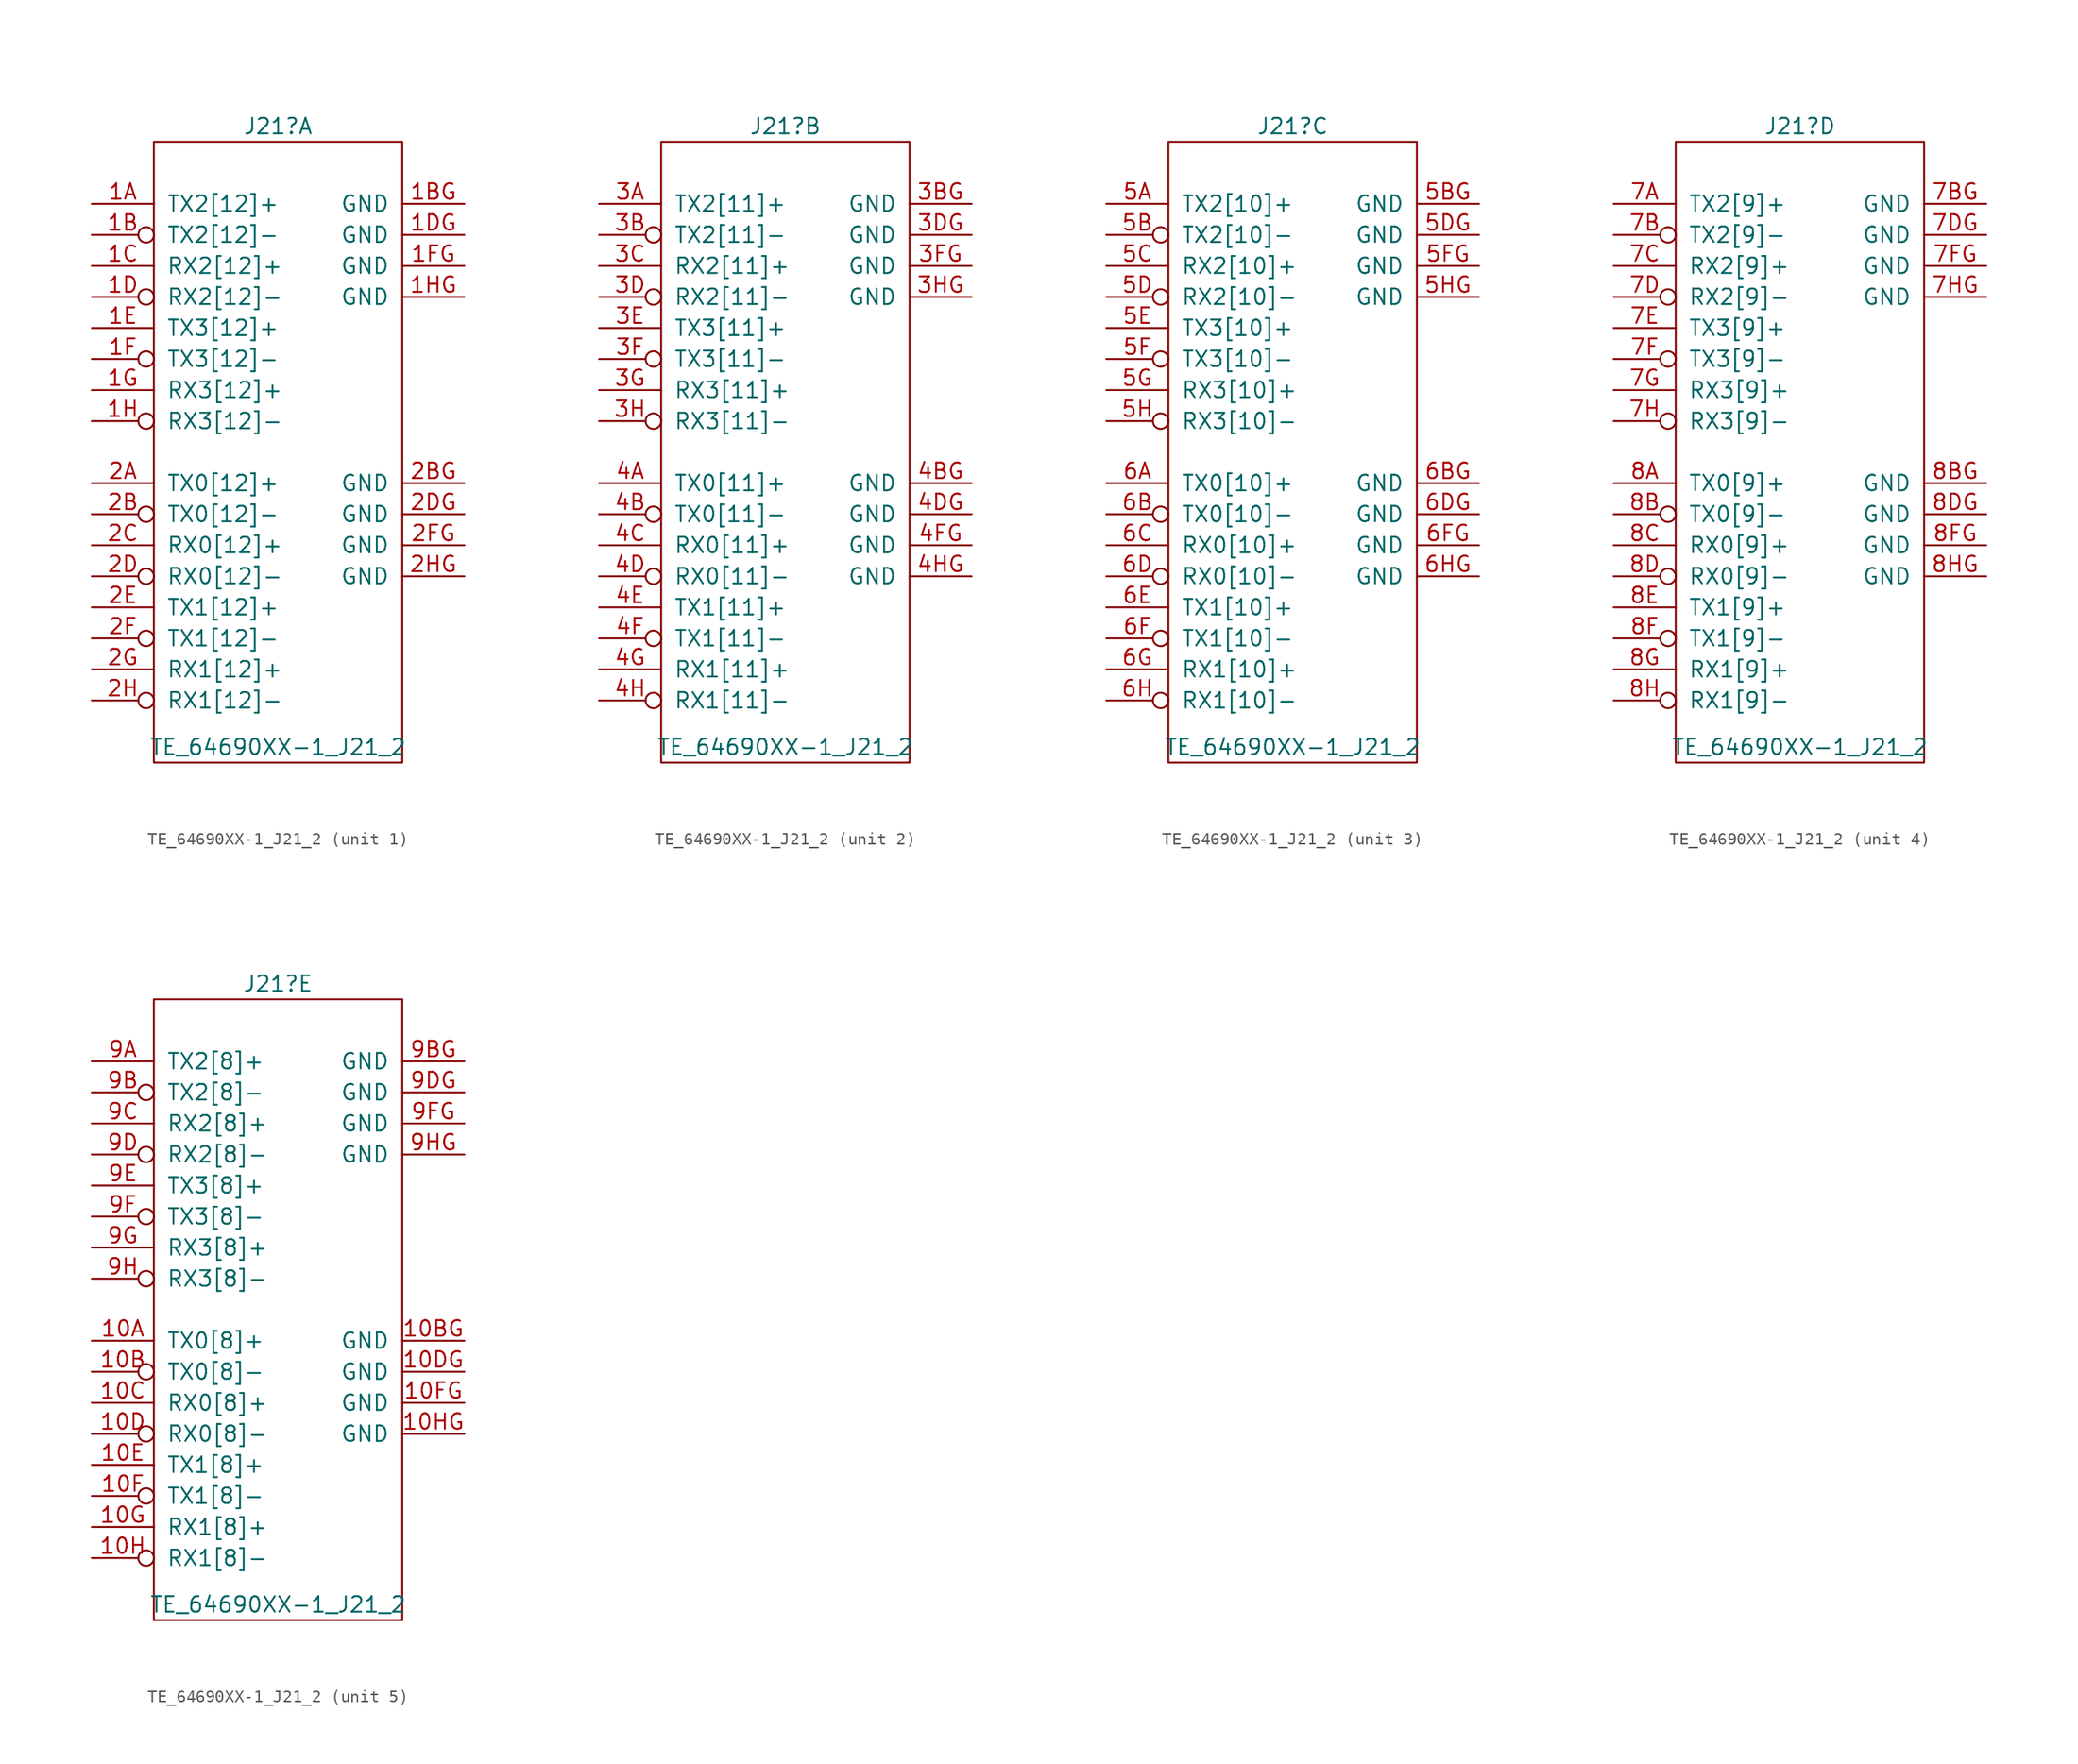
<source format=kicad_sym>
(kicad_symbol_lib
  (version 20220914)
  (generator kicad_symbol_editor)
  (symbol "TE_64690XX-1_J21_2"
    (pin_names
      (offset 1.016))
    (property "Reference" "J21"
      (at 0 26.67 0)
      (effects (font (size 1.27 1.27))))
    (property "Value" "TE_64690XX-1_J21_2"
      (at 0 -24.13 0)
      (effects (font (size 1.27 1.27))))
    (property "ki_locked" ""
      (at 0 0 0)
      (effects (font (size 1.27 1.27))))
    (symbol "TE_64690XX-1_J21_2_1_1"
      (rectangle (start -10.16 25.4) (end 10.16 -25.4) (stroke (width 0) (type default)) (fill (type none)))
      (pin bidirectional line (at -15.24 20.32 0) (length 5.08) (name "TX2[12]+" (effects (font (size 1.27 1.27)))) (number "1A" (effects (font (size 1.27 1.27)))))
      (pin bidirectional inverted (at -15.24 17.78 0) (length 5.08) (name "TX2[12]-" (effects (font (size 1.27 1.27)))) (number "1B" (effects (font (size 1.27 1.27)))))
      (pin passive line (at 15.24 20.32 180) (length 5.08) (name "GND" (effects (font (size 1.27 1.27)))) (number "1BG" (effects (font (size 1.27 1.27)))))
      (pin bidirectional line (at -15.24 15.24 0) (length 5.08) (name "RX2[12]+" (effects (font (size 1.27 1.27)))) (number "1C" (effects (font (size 1.27 1.27)))))
      (pin bidirectional inverted (at -15.24 12.7 0) (length 5.08) (name "RX2[12]-" (effects (font (size 1.27 1.27)))) (number "1D" (effects (font (size 1.27 1.27)))))
      (pin passive line (at 15.24 17.78 180) (length 5.08) (name "GND" (effects (font (size 1.27 1.27)))) (number "1DG" (effects (font (size 1.27 1.27)))))
      (pin bidirectional line (at -15.24 10.16 0) (length 5.08) (name "TX3[12]+" (effects (font (size 1.27 1.27)))) (number "1E" (effects (font (size 1.27 1.27)))))
      (pin bidirectional inverted (at -15.24 7.62 0) (length 5.08) (name "TX3[12]-" (effects (font (size 1.27 1.27)))) (number "1F" (effects (font (size 1.27 1.27)))))
      (pin passive line (at 15.24 15.24 180) (length 5.08) (name "GND" (effects (font (size 1.27 1.27)))) (number "1FG" (effects (font (size 1.27 1.27)))))
      (pin bidirectional line (at -15.24 5.08 0) (length 5.08) (name "RX3[12]+" (effects (font (size 1.27 1.27)))) (number "1G" (effects (font (size 1.27 1.27)))))
      (pin bidirectional inverted (at -15.24 2.54 0) (length 5.08) (name "RX3[12]-" (effects (font (size 1.27 1.27)))) (number "1H" (effects (font (size 1.27 1.27)))))
      (pin passive line (at 15.24 12.7 180) (length 5.08) (name "GND" (effects (font (size 1.27 1.27)))) (number "1HG" (effects (font (size 1.27 1.27)))))
      (pin bidirectional line (at -15.24 -2.54 0) (length 5.08) (name "TX0[12]+" (effects (font (size 1.27 1.27)))) (number "2A" (effects (font (size 1.27 1.27)))))
      (pin bidirectional inverted (at -15.24 -5.08 0) (length 5.08) (name "TX0[12]-" (effects (font (size 1.27 1.27)))) (number "2B" (effects (font (size 1.27 1.27)))))
      (pin passive line (at 15.24 -2.54 180) (length 5.08) (name "GND" (effects (font (size 1.27 1.27)))) (number "2BG" (effects (font (size 1.27 1.27)))))
      (pin bidirectional line (at -15.24 -7.62 0) (length 5.08) (name "RX0[12]+" (effects (font (size 1.27 1.27)))) (number "2C" (effects (font (size 1.27 1.27)))))
      (pin bidirectional inverted (at -15.24 -10.16 0) (length 5.08) (name "RX0[12]-" (effects (font (size 1.27 1.27)))) (number "2D" (effects (font (size 1.27 1.27)))))
      (pin passive line (at 15.24 -5.08 180) (length 5.08) (name "GND" (effects (font (size 1.27 1.27)))) (number "2DG" (effects (font (size 1.27 1.27)))))
      (pin bidirectional line (at -15.24 -12.7 0) (length 5.08) (name "TX1[12]+" (effects (font (size 1.27 1.27)))) (number "2E" (effects (font (size 1.27 1.27)))))
      (pin bidirectional inverted (at -15.24 -15.24 0) (length 5.08) (name "TX1[12]-" (effects (font (size 1.27 1.27)))) (number "2F" (effects (font (size 1.27 1.27)))))
      (pin passive line (at 15.24 -7.62 180) (length 5.08) (name "GND" (effects (font (size 1.27 1.27)))) (number "2FG" (effects (font (size 1.27 1.27)))))
      (pin bidirectional line (at -15.24 -17.78 0) (length 5.08) (name "RX1[12]+" (effects (font (size 1.27 1.27)))) (number "2G" (effects (font (size 1.27 1.27)))))
      (pin bidirectional inverted (at -15.24 -20.32 0) (length 5.08) (name "RX1[12]-" (effects (font (size 1.27 1.27)))) (number "2H" (effects (font (size 1.27 1.27)))))
      (pin passive line (at 15.24 -10.16 180) (length 5.08) (name "GND" (effects (font (size 1.27 1.27)))) (number "2HG" (effects (font (size 1.27 1.27))))))
    (symbol "TE_64690XX-1_J21_2_2_1"
      (rectangle (start -10.16 25.4) (end 10.16 -25.4) (stroke (width 0) (type default)) (fill (type none)))
      (pin bidirectional line (at -15.24 20.32 0) (length 5.08) (name "TX2[11]+" (effects (font (size 1.27 1.27)))) (number "3A" (effects (font (size 1.27 1.27)))))
      (pin bidirectional inverted (at -15.24 17.78 0) (length 5.08) (name "TX2[11]-" (effects (font (size 1.27 1.27)))) (number "3B" (effects (font (size 1.27 1.27)))))
      (pin passive line (at 15.24 20.32 180) (length 5.08) (name "GND" (effects (font (size 1.27 1.27)))) (number "3BG" (effects (font (size 1.27 1.27)))))
      (pin bidirectional line (at -15.24 15.24 0) (length 5.08) (name "RX2[11]+" (effects (font (size 1.27 1.27)))) (number "3C" (effects (font (size 1.27 1.27)))))
      (pin bidirectional inverted (at -15.24 12.7 0) (length 5.08) (name "RX2[11]-" (effects (font (size 1.27 1.27)))) (number "3D" (effects (font (size 1.27 1.27)))))
      (pin passive line (at 15.24 17.78 180) (length 5.08) (name "GND" (effects (font (size 1.27 1.27)))) (number "3DG" (effects (font (size 1.27 1.27)))))
      (pin bidirectional line (at -15.24 10.16 0) (length 5.08) (name "TX3[11]+" (effects (font (size 1.27 1.27)))) (number "3E" (effects (font (size 1.27 1.27)))))
      (pin bidirectional inverted (at -15.24 7.62 0) (length 5.08) (name "TX3[11]-" (effects (font (size 1.27 1.27)))) (number "3F" (effects (font (size 1.27 1.27)))))
      (pin passive line (at 15.24 15.24 180) (length 5.08) (name "GND" (effects (font (size 1.27 1.27)))) (number "3FG" (effects (font (size 1.27 1.27)))))
      (pin bidirectional line (at -15.24 5.08 0) (length 5.08) (name "RX3[11]+" (effects (font (size 1.27 1.27)))) (number "3G" (effects (font (size 1.27 1.27)))))
      (pin bidirectional inverted (at -15.24 2.54 0) (length 5.08) (name "RX3[11]-" (effects (font (size 1.27 1.27)))) (number "3H" (effects (font (size 1.27 1.27)))))
      (pin passive line (at 15.24 12.7 180) (length 5.08) (name "GND" (effects (font (size 1.27 1.27)))) (number "3HG" (effects (font (size 1.27 1.27)))))
      (pin bidirectional line (at -15.24 -2.54 0) (length 5.08) (name "TX0[11]+" (effects (font (size 1.27 1.27)))) (number "4A" (effects (font (size 1.27 1.27)))))
      (pin bidirectional inverted (at -15.24 -5.08 0) (length 5.08) (name "TX0[11]-" (effects (font (size 1.27 1.27)))) (number "4B" (effects (font (size 1.27 1.27)))))
      (pin passive line (at 15.24 -2.54 180) (length 5.08) (name "GND" (effects (font (size 1.27 1.27)))) (number "4BG" (effects (font (size 1.27 1.27)))))
      (pin bidirectional line (at -15.24 -7.62 0) (length 5.08) (name "RX0[11]+" (effects (font (size 1.27 1.27)))) (number "4C" (effects (font (size 1.27 1.27)))))
      (pin bidirectional inverted (at -15.24 -10.16 0) (length 5.08) (name "RX0[11]-" (effects (font (size 1.27 1.27)))) (number "4D" (effects (font (size 1.27 1.27)))))
      (pin passive line (at 15.24 -5.08 180) (length 5.08) (name "GND" (effects (font (size 1.27 1.27)))) (number "4DG" (effects (font (size 1.27 1.27)))))
      (pin bidirectional line (at -15.24 -12.7 0) (length 5.08) (name "TX1[11]+" (effects (font (size 1.27 1.27)))) (number "4E" (effects (font (size 1.27 1.27)))))
      (pin bidirectional inverted (at -15.24 -15.24 0) (length 5.08) (name "TX1[11]-" (effects (font (size 1.27 1.27)))) (number "4F" (effects (font (size 1.27 1.27)))))
      (pin passive line (at 15.24 -7.62 180) (length 5.08) (name "GND" (effects (font (size 1.27 1.27)))) (number "4FG" (effects (font (size 1.27 1.27)))))
      (pin bidirectional line (at -15.24 -17.78 0) (length 5.08) (name "RX1[11]+" (effects (font (size 1.27 1.27)))) (number "4G" (effects (font (size 1.27 1.27)))))
      (pin bidirectional inverted (at -15.24 -20.32 0) (length 5.08) (name "RX1[11]-" (effects (font (size 1.27 1.27)))) (number "4H" (effects (font (size 1.27 1.27)))))
      (pin passive line (at 15.24 -10.16 180) (length 5.08) (name "GND" (effects (font (size 1.27 1.27)))) (number "4HG" (effects (font (size 1.27 1.27))))))
    (symbol "TE_64690XX-1_J21_2_3_1"
      (rectangle (start -10.16 25.4) (end 10.16 -25.4) (stroke (width 0) (type default)) (fill (type none)))
      (pin bidirectional line (at -15.24 20.32 0) (length 5.08) (name "TX2[10]+" (effects (font (size 1.27 1.27)))) (number "5A" (effects (font (size 1.27 1.27)))))
      (pin bidirectional inverted (at -15.24 17.78 0) (length 5.08) (name "TX2[10]-" (effects (font (size 1.27 1.27)))) (number "5B" (effects (font (size 1.27 1.27)))))
      (pin passive line (at 15.24 20.32 180) (length 5.08) (name "GND" (effects (font (size 1.27 1.27)))) (number "5BG" (effects (font (size 1.27 1.27)))))
      (pin bidirectional line (at -15.24 15.24 0) (length 5.08) (name "RX2[10]+" (effects (font (size 1.27 1.27)))) (number "5C" (effects (font (size 1.27 1.27)))))
      (pin bidirectional inverted (at -15.24 12.7 0) (length 5.08) (name "RX2[10]-" (effects (font (size 1.27 1.27)))) (number "5D" (effects (font (size 1.27 1.27)))))
      (pin passive line (at 15.24 17.78 180) (length 5.08) (name "GND" (effects (font (size 1.27 1.27)))) (number "5DG" (effects (font (size 1.27 1.27)))))
      (pin bidirectional line (at -15.24 10.16 0) (length 5.08) (name "TX3[10]+" (effects (font (size 1.27 1.27)))) (number "5E" (effects (font (size 1.27 1.27)))))
      (pin bidirectional inverted (at -15.24 7.62 0) (length 5.08) (name "TX3[10]-" (effects (font (size 1.27 1.27)))) (number "5F" (effects (font (size 1.27 1.27)))))
      (pin passive line (at 15.24 15.24 180) (length 5.08) (name "GND" (effects (font (size 1.27 1.27)))) (number "5FG" (effects (font (size 1.27 1.27)))))
      (pin bidirectional line (at -15.24 5.08 0) (length 5.08) (name "RX3[10]+" (effects (font (size 1.27 1.27)))) (number "5G" (effects (font (size 1.27 1.27)))))
      (pin bidirectional inverted (at -15.24 2.54 0) (length 5.08) (name "RX3[10]-" (effects (font (size 1.27 1.27)))) (number "5H" (effects (font (size 1.27 1.27)))))
      (pin passive line (at 15.24 12.7 180) (length 5.08) (name "GND" (effects (font (size 1.27 1.27)))) (number "5HG" (effects (font (size 1.27 1.27)))))
      (pin bidirectional line (at -15.24 -2.54 0) (length 5.08) (name "TX0[10]+" (effects (font (size 1.27 1.27)))) (number "6A" (effects (font (size 1.27 1.27)))))
      (pin bidirectional inverted (at -15.24 -5.08 0) (length 5.08) (name "TX0[10]-" (effects (font (size 1.27 1.27)))) (number "6B" (effects (font (size 1.27 1.27)))))
      (pin passive line (at 15.24 -2.54 180) (length 5.08) (name "GND" (effects (font (size 1.27 1.27)))) (number "6BG" (effects (font (size 1.27 1.27)))))
      (pin bidirectional line (at -15.24 -7.62 0) (length 5.08) (name "RX0[10]+" (effects (font (size 1.27 1.27)))) (number "6C" (effects (font (size 1.27 1.27)))))
      (pin bidirectional inverted (at -15.24 -10.16 0) (length 5.08) (name "RX0[10]-" (effects (font (size 1.27 1.27)))) (number "6D" (effects (font (size 1.27 1.27)))))
      (pin passive line (at 15.24 -5.08 180) (length 5.08) (name "GND" (effects (font (size 1.27 1.27)))) (number "6DG" (effects (font (size 1.27 1.27)))))
      (pin bidirectional line (at -15.24 -12.7 0) (length 5.08) (name "TX1[10]+" (effects (font (size 1.27 1.27)))) (number "6E" (effects (font (size 1.27 1.27)))))
      (pin bidirectional inverted (at -15.24 -15.24 0) (length 5.08) (name "TX1[10]-" (effects (font (size 1.27 1.27)))) (number "6F" (effects (font (size 1.27 1.27)))))
      (pin passive line (at 15.24 -7.62 180) (length 5.08) (name "GND" (effects (font (size 1.27 1.27)))) (number "6FG" (effects (font (size 1.27 1.27)))))
      (pin bidirectional line (at -15.24 -17.78 0) (length 5.08) (name "RX1[10]+" (effects (font (size 1.27 1.27)))) (number "6G" (effects (font (size 1.27 1.27)))))
      (pin bidirectional inverted (at -15.24 -20.32 0) (length 5.08) (name "RX1[10]-" (effects (font (size 1.27 1.27)))) (number "6H" (effects (font (size 1.27 1.27)))))
      (pin passive line (at 15.24 -10.16 180) (length 5.08) (name "GND" (effects (font (size 1.27 1.27)))) (number "6HG" (effects (font (size 1.27 1.27))))))
    (symbol "TE_64690XX-1_J21_2_4_1"
      (rectangle (start -10.16 25.4) (end 10.16 -25.4) (stroke (width 0) (type default)) (fill (type none)))
      (pin bidirectional line (at -15.24 20.32 0) (length 5.08) (name "TX2[9]+" (effects (font (size 1.27 1.27)))) (number "7A" (effects (font (size 1.27 1.27)))))
      (pin bidirectional inverted (at -15.24 17.78 0) (length 5.08) (name "TX2[9]-" (effects (font (size 1.27 1.27)))) (number "7B" (effects (font (size 1.27 1.27)))))
      (pin passive line (at 15.24 20.32 180) (length 5.08) (name "GND" (effects (font (size 1.27 1.27)))) (number "7BG" (effects (font (size 1.27 1.27)))))
      (pin bidirectional line (at -15.24 15.24 0) (length 5.08) (name "RX2[9]+" (effects (font (size 1.27 1.27)))) (number "7C" (effects (font (size 1.27 1.27)))))
      (pin bidirectional inverted (at -15.24 12.7 0) (length 5.08) (name "RX2[9]-" (effects (font (size 1.27 1.27)))) (number "7D" (effects (font (size 1.27 1.27)))))
      (pin passive line (at 15.24 17.78 180) (length 5.08) (name "GND" (effects (font (size 1.27 1.27)))) (number "7DG" (effects (font (size 1.27 1.27)))))
      (pin bidirectional line (at -15.24 10.16 0) (length 5.08) (name "TX3[9]+" (effects (font (size 1.27 1.27)))) (number "7E" (effects (font (size 1.27 1.27)))))
      (pin bidirectional inverted (at -15.24 7.62 0) (length 5.08) (name "TX3[9]-" (effects (font (size 1.27 1.27)))) (number "7F" (effects (font (size 1.27 1.27)))))
      (pin passive line (at 15.24 15.24 180) (length 5.08) (name "GND" (effects (font (size 1.27 1.27)))) (number "7FG" (effects (font (size 1.27 1.27)))))
      (pin bidirectional line (at -15.24 5.08 0) (length 5.08) (name "RX3[9]+" (effects (font (size 1.27 1.27)))) (number "7G" (effects (font (size 1.27 1.27)))))
      (pin bidirectional inverted (at -15.24 2.54 0) (length 5.08) (name "RX3[9]-" (effects (font (size 1.27 1.27)))) (number "7H" (effects (font (size 1.27 1.27)))))
      (pin passive line (at 15.24 12.7 180) (length 5.08) (name "GND" (effects (font (size 1.27 1.27)))) (number "7HG" (effects (font (size 1.27 1.27)))))
      (pin bidirectional line (at -15.24 -2.54 0) (length 5.08) (name "TX0[9]+" (effects (font (size 1.27 1.27)))) (number "8A" (effects (font (size 1.27 1.27)))))
      (pin bidirectional inverted (at -15.24 -5.08 0) (length 5.08) (name "TX0[9]-" (effects (font (size 1.27 1.27)))) (number "8B" (effects (font (size 1.27 1.27)))))
      (pin passive line (at 15.24 -2.54 180) (length 5.08) (name "GND" (effects (font (size 1.27 1.27)))) (number "8BG" (effects (font (size 1.27 1.27)))))
      (pin bidirectional line (at -15.24 -7.62 0) (length 5.08) (name "RX0[9]+" (effects (font (size 1.27 1.27)))) (number "8C" (effects (font (size 1.27 1.27)))))
      (pin bidirectional inverted (at -15.24 -10.16 0) (length 5.08) (name "RX0[9]-" (effects (font (size 1.27 1.27)))) (number "8D" (effects (font (size 1.27 1.27)))))
      (pin passive line (at 15.24 -5.08 180) (length 5.08) (name "GND" (effects (font (size 1.27 1.27)))) (number "8DG" (effects (font (size 1.27 1.27)))))
      (pin bidirectional line (at -15.24 -12.7 0) (length 5.08) (name "TX1[9]+" (effects (font (size 1.27 1.27)))) (number "8E" (effects (font (size 1.27 1.27)))))
      (pin bidirectional inverted (at -15.24 -15.24 0) (length 5.08) (name "TX1[9]-" (effects (font (size 1.27 1.27)))) (number "8F" (effects (font (size 1.27 1.27)))))
      (pin passive line (at 15.24 -7.62 180) (length 5.08) (name "GND" (effects (font (size 1.27 1.27)))) (number "8FG" (effects (font (size 1.27 1.27)))))
      (pin bidirectional line (at -15.24 -17.78 0) (length 5.08) (name "RX1[9]+" (effects (font (size 1.27 1.27)))) (number "8G" (effects (font (size 1.27 1.27)))))
      (pin bidirectional inverted (at -15.24 -20.32 0) (length 5.08) (name "RX1[9]-" (effects (font (size 1.27 1.27)))) (number "8H" (effects (font (size 1.27 1.27)))))
      (pin passive line (at 15.24 -10.16 180) (length 5.08) (name "GND" (effects (font (size 1.27 1.27)))) (number "8HG" (effects (font (size 1.27 1.27))))))
    (symbol "TE_64690XX-1_J21_2_5_1"
      (rectangle (start -10.16 25.4) (end 10.16 -25.4) (stroke (width 0) (type default)) (fill (type none)))
      (pin bidirectional line (at -15.24 -2.54 0) (length 5.08) (name "TX0[8]+" (effects (font (size 1.27 1.27)))) (number "10A" (effects (font (size 1.27 1.27)))))
      (pin bidirectional inverted (at -15.24 -5.08 0) (length 5.08) (name "TX0[8]-" (effects (font (size 1.27 1.27)))) (number "10B" (effects (font (size 1.27 1.27)))))
      (pin passive line (at 15.24 -2.54 180) (length 5.08) (name "GND" (effects (font (size 1.27 1.27)))) (number "10BG" (effects (font (size 1.27 1.27)))))
      (pin bidirectional line (at -15.24 -7.62 0) (length 5.08) (name "RX0[8]+" (effects (font (size 1.27 1.27)))) (number "10C" (effects (font (size 1.27 1.27)))))
      (pin bidirectional inverted (at -15.24 -10.16 0) (length 5.08) (name "RX0[8]-" (effects (font (size 1.27 1.27)))) (number "10D" (effects (font (size 1.27 1.27)))))
      (pin passive line (at 15.24 -5.08 180) (length 5.08) (name "GND" (effects (font (size 1.27 1.27)))) (number "10DG" (effects (font (size 1.27 1.27)))))
      (pin bidirectional line (at -15.24 -12.7 0) (length 5.08) (name "TX1[8]+" (effects (font (size 1.27 1.27)))) (number "10E" (effects (font (size 1.27 1.27)))))
      (pin bidirectional inverted (at -15.24 -15.24 0) (length 5.08) (name "TX1[8]-" (effects (font (size 1.27 1.27)))) (number "10F" (effects (font (size 1.27 1.27)))))
      (pin passive line (at 15.24 -7.62 180) (length 5.08) (name "GND" (effects (font (size 1.27 1.27)))) (number "10FG" (effects (font (size 1.27 1.27)))))
      (pin bidirectional line (at -15.24 -17.78 0) (length 5.08) (name "RX1[8]+" (effects (font (size 1.27 1.27)))) (number "10G" (effects (font (size 1.27 1.27)))))
      (pin bidirectional inverted (at -15.24 -20.32 0) (length 5.08) (name "RX1[8]-" (effects (font (size 1.27 1.27)))) (number "10H" (effects (font (size 1.27 1.27)))))
      (pin passive line (at 15.24 -10.16 180) (length 5.08) (name "GND" (effects (font (size 1.27 1.27)))) (number "10HG" (effects (font (size 1.27 1.27)))))
      (pin bidirectional line (at -15.24 20.32 0) (length 5.08) (name "TX2[8]+" (effects (font (size 1.27 1.27)))) (number "9A" (effects (font (size 1.27 1.27)))))
      (pin bidirectional inverted (at -15.24 17.78 0) (length 5.08) (name "TX2[8]-" (effects (font (size 1.27 1.27)))) (number "9B" (effects (font (size 1.27 1.27)))))
      (pin passive line (at 15.24 20.32 180) (length 5.08) (name "GND" (effects (font (size 1.27 1.27)))) (number "9BG" (effects (font (size 1.27 1.27)))))
      (pin bidirectional line (at -15.24 15.24 0) (length 5.08) (name "RX2[8]+" (effects (font (size 1.27 1.27)))) (number "9C" (effects (font (size 1.27 1.27)))))
      (pin bidirectional inverted (at -15.24 12.7 0) (length 5.08) (name "RX2[8]-" (effects (font (size 1.27 1.27)))) (number "9D" (effects (font (size 1.27 1.27)))))
      (pin passive line (at 15.24 17.78 180) (length 5.08) (name "GND" (effects (font (size 1.27 1.27)))) (number "9DG" (effects (font (size 1.27 1.27)))))
      (pin bidirectional line (at -15.24 10.16 0) (length 5.08) (name "TX3[8]+" (effects (font (size 1.27 1.27)))) (number "9E" (effects (font (size 1.27 1.27)))))
      (pin bidirectional inverted (at -15.24 7.62 0) (length 5.08) (name "TX3[8]-" (effects (font (size 1.27 1.27)))) (number "9F" (effects (font (size 1.27 1.27)))))
      (pin passive line (at 15.24 15.24 180) (length 5.08) (name "GND" (effects (font (size 1.27 1.27)))) (number "9FG" (effects (font (size 1.27 1.27)))))
      (pin bidirectional line (at -15.24 5.08 0) (length 5.08) (name "RX3[8]+" (effects (font (size 1.27 1.27)))) (number "9G" (effects (font (size 1.27 1.27)))))
      (pin bidirectional inverted (at -15.24 2.54 0) (length 5.08) (name "RX3[8]-" (effects (font (size 1.27 1.27)))) (number "9H" (effects (font (size 1.27 1.27)))))
      (pin passive line (at 15.24 12.7 180) (length 5.08) (name "GND" (effects (font (size 1.27 1.27)))) (number "9HG" (effects (font (size 1.27 1.27))))))))
</source>
